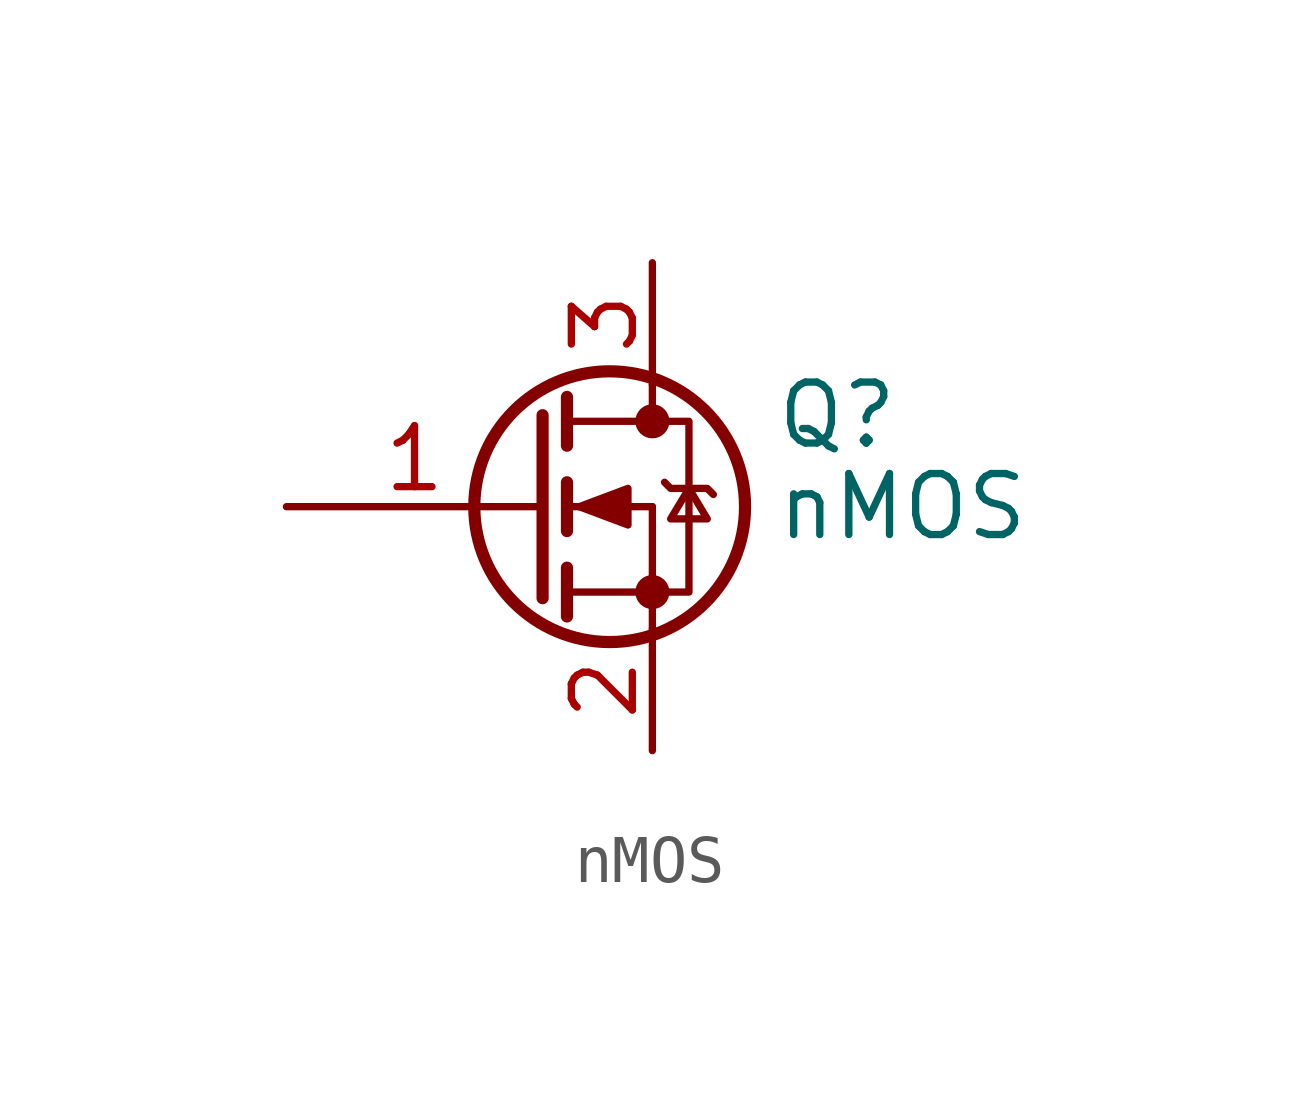
<source format=kicad_sym>
(kicad_symbol_lib
  (version 20211014)
  (generator kicad_symbol_editor)
  (symbol "nMOS"
    (pin_names
      (offset 0) hide)
    (property "Reference" "Q"
      (at 5.08 1.905 0)
      (effects (font (size 1.27 1.27)) (justify left)))
    (property "Value" "nMOS"
      (at 5.08 0 0)
      (effects (font (size 1.27 1.27)) (justify left)))
    (symbol "nMOS_0_1"
      (polyline (pts (xy 0.762 -1.778) (xy 2.54 -1.778)) (stroke (width 0) (type default) (color 0 0 0 0)) (fill (type none)))
      (polyline (pts (xy 0.762 -1.27) (xy 0.762 -2.286)) (stroke (width 0.254) (type default) (color 0 0 0 0)) (fill (type none)))
      (polyline (pts (xy 0.762 0) (xy 2.54 0)) (stroke (width 0) (type default) (color 0 0 0 0)) (fill (type none)))
      (polyline (pts (xy 0.762 0.508) (xy 0.762 -0.508)) (stroke (width 0.254) (type default) (color 0 0 0 0)) (fill (type none)))
      (polyline (pts (xy 0.762 1.778) (xy 2.54 1.778)) (stroke (width 0) (type default) (color 0 0 0 0)) (fill (type none)))
      (polyline (pts (xy 0.762 2.286) (xy 0.762 1.27)) (stroke (width 0.254) (type default) (color 0 0 0 0)) (fill (type none)))
      (polyline (pts (xy 2.54 -1.778) (xy 2.54 -2.54)) (stroke (width 0) (type default) (color 0 0 0 0)) (fill (type none)))
      (polyline (pts (xy 2.54 -1.778) (xy 2.54 0)) (stroke (width 0) (type default) (color 0 0 0 0)) (fill (type none)))
      (polyline (pts (xy 2.54 2.54) (xy 2.54 1.778)) (stroke (width 0) (type default) (color 0 0 0 0)) (fill (type none)))
      (polyline (pts (xy 0.254 1.905) (xy 0.254 -1.905) (xy 0.254 -1.905)) (stroke (width 0.254) (type default) (color 0 0 0 0)) (fill (type none)))
      (polyline (pts (xy 1.016 0) (xy 2.032 0.381) (xy 2.032 -0.381) (xy 1.016 0)) (stroke (width 0) (type default) (color 0 0 0 0)) (fill (type outline)))
      (polyline (pts (xy 2.54 -1.778) (xy 3.302 -1.778) (xy 3.302 1.778) (xy 2.54 1.778)) (stroke (width 0) (type default) (color 0 0 0 0)) (fill (type none)))
      (polyline (pts (xy 2.794 0.508) (xy 2.921 0.381) (xy 3.683 0.381) (xy 3.81 0.254)) (stroke (width 0) (type default) (color 0 0 0 0)) (fill (type none)))
      (polyline (pts (xy 3.302 0.381) (xy 2.921 -0.254) (xy 3.683 -0.254) (xy 3.302 0.381)) (stroke (width 0) (type default) (color 0 0 0 0)) (fill (type none)))
      (circle (center 1.651 0) (radius 2.819) (stroke (width 0.254) (type default) (color 0 0 0 0)) (fill (type none)))
      (circle (center 2.54 -1.778) (radius 0.279) (stroke (width 0) (type default) (color 0 0 0 0)) (fill (type outline)))
      (circle (center 2.54 1.778) (radius 0.279) (stroke (width 0) (type default) (color 0 0 0 0)) (fill (type outline))))
    (symbol "nMOS_1_1"
      (pin input line (at -5.08 0 0) (length 5.334) (name "G" (effects (font (size 1.27 1.27)))) (number "1" (effects (font (size 1.27 1.27)))))
      (pin passive line (at 2.54 -5.08 90) (length 2.54) (name "S" (effects (font (size 1.27 1.27)))) (number "2" (effects (font (size 1.27 1.27)))))
      (pin passive line (at 2.54 5.08 270) (length 2.54) (name "D" (effects (font (size 1.27 1.27)))) (number "3" (effects (font (size 1.27 1.27))))))))
</source>
